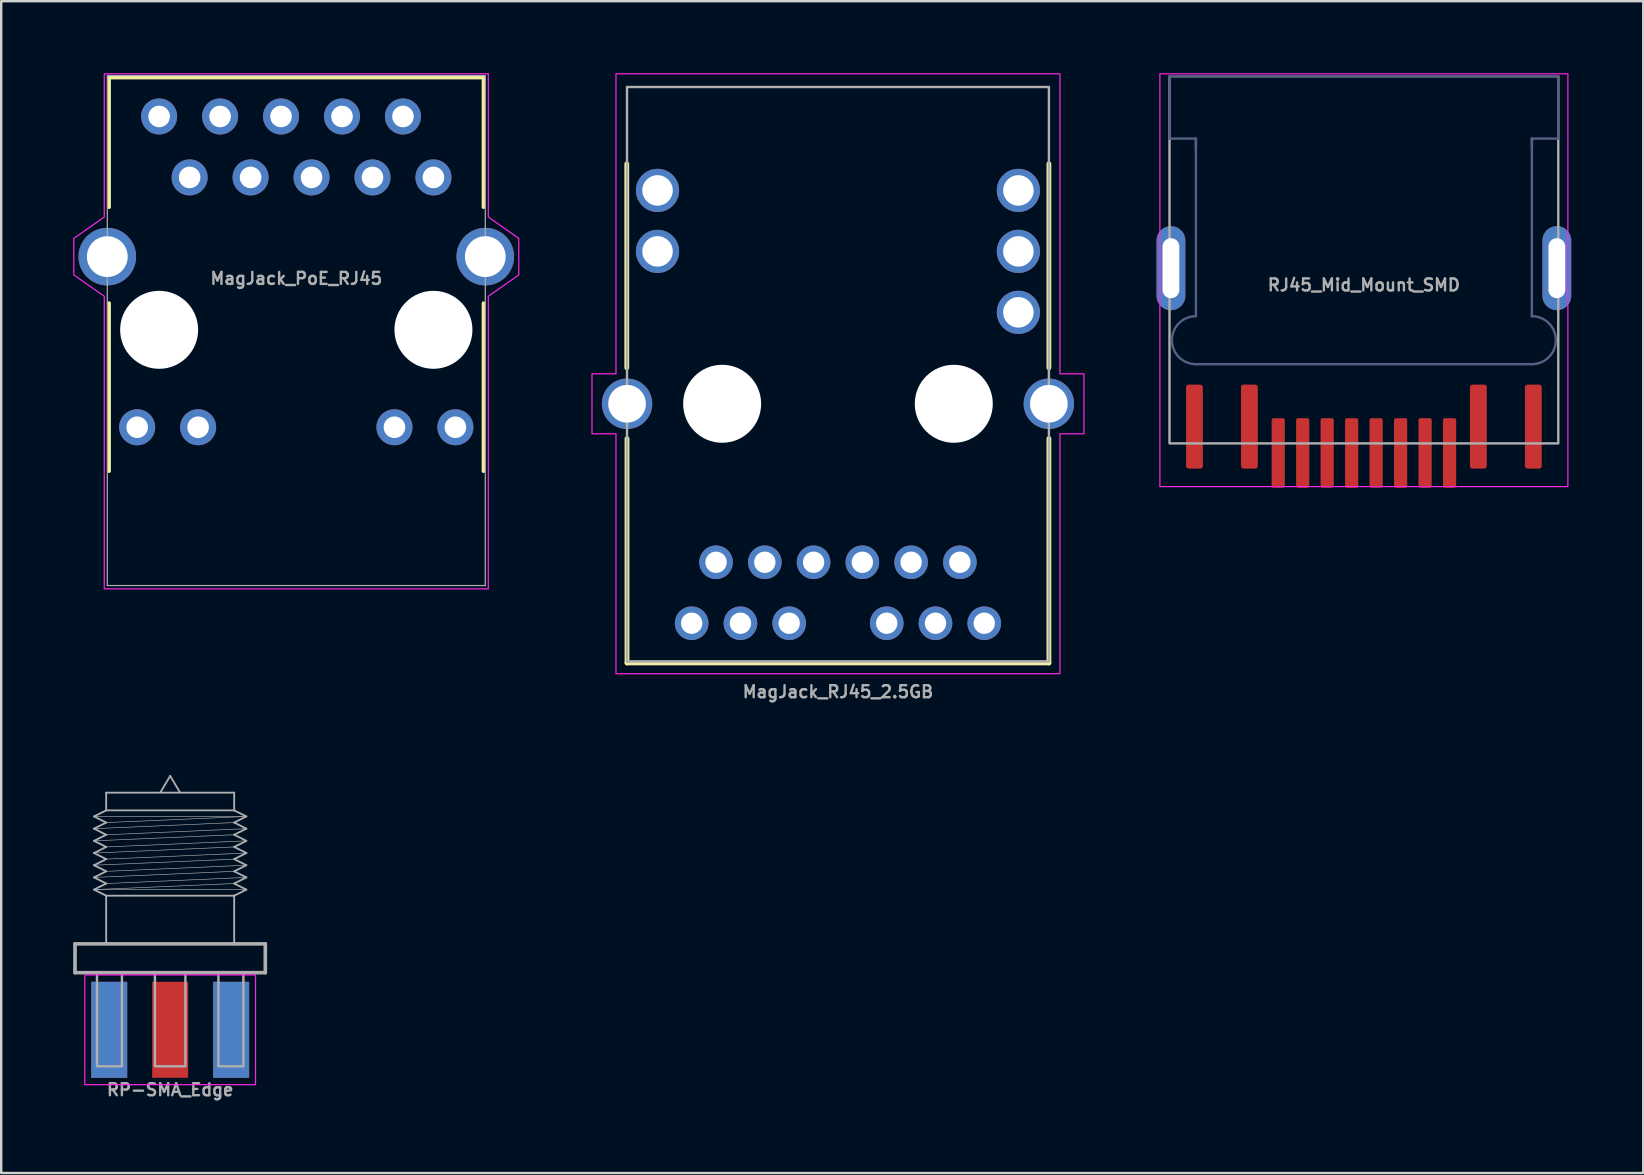
<source format=kicad_pcb>
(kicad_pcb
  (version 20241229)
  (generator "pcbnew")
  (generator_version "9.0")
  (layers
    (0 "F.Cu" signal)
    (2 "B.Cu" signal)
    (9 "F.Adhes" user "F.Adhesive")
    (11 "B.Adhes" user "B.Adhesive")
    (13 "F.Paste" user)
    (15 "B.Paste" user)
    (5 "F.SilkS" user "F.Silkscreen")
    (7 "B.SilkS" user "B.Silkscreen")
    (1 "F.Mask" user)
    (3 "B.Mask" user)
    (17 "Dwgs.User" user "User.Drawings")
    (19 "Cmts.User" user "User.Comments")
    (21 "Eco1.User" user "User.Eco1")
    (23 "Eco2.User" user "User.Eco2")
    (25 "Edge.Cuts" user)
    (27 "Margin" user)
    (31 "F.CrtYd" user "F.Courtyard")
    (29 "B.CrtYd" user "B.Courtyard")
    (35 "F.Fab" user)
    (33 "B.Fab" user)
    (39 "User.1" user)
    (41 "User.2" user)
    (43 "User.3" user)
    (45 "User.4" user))
  (footprint "MagJack_PoE_RJ45"
    (layer "F.Cu")
    (at 9.296 10.693)
    (property "Reference" "MagJack_PoE_RJ45" (at 0 -2.14 0) (layer "F.Fab") (effects (font (size 0.5 0.5) (thickness 0.1) (bold yes))))
    (attr through_hole)
    (fp_line (start -7.8 -10.51) (end 7.8 -10.51) (stroke (width 0.152) (type solid)) (layer "F.SilkS"))
    (fp_line (start -7.8 -5.11) (end -7.8 -10.51) (stroke (width 0.152) (type solid)) (layer "F.SilkS"))
    (fp_line (start -7.8 -1.11) (end -7.8 5.89) (stroke (width 0.152) (type solid)) (layer "F.SilkS"))
    (fp_line (start 7.8 -10.51) (end 7.8 -5.11) (stroke (width 0.152) (type solid)) (layer "F.SilkS"))
    (fp_line (start 7.8 -1.11) (end 7.8 5.89) (stroke (width 0.152) (type solid)) (layer "F.SilkS"))
    (fp_poly (pts (xy -8.001 -10.668) (xy 8.001 -10.668) (xy 8.001 -4.699) (xy 9.271 -3.81) (xy 9.271 -2.286) (xy 8.001 -1.397) (xy 8.001 10.795) (xy -8.001 10.795) (xy -8.001 -1.397) (xy -9.271 -2.286) (xy -9.271 -3.81) (xy -8.001 -4.699)) (stroke (width 0.05) (type solid)) (fill no) (layer "F.CrtYd"))
    (fp_line (start -7.875 -10.595) (end 7.875 -10.595) (stroke (width 0.05) (type solid)) (layer "F.Fab"))
    (fp_line (start -7.875 10.655) (end -7.875 -10.595) (stroke (width 0.05) (type solid)) (layer "F.Fab"))
    (fp_line (start 7.875 -10.595) (end 7.875 10.655) (stroke (width 0.05) (type solid)) (layer "F.Fab"))
    (fp_line (start 7.875 10.655) (end -7.875 10.655) (stroke (width 0.05) (type solid)) (layer "F.Fab"))
    (pad "" np_thru_hole circle (at -5.715 0) (size 3.25 3.25) (drill 3.25) (layers "*.Cu" "*.Mask"))
    (pad "" np_thru_hole circle (at 5.715 0) (size 3.25 3.25) (drill 3.25) (layers "*.Cu" "*.Mask"))
    (pad "1" thru_hole circle (at -5.715 -8.89) (size 1.5 1.5) (drill 0.9) (layers "*.Cu" "*.Mask"))
    (pad "2" thru_hole circle (at -4.445 -6.35) (size 1.5 1.5) (drill 0.9) (layers "*.Cu" "*.Mask"))
    (pad "3" thru_hole circle (at -3.175 -8.89) (size 1.5 1.5) (drill 0.9) (layers "*.Cu" "*.Mask"))
    (pad "4" thru_hole circle (at -1.905 -6.35) (size 1.5 1.5) (drill 0.9) (layers "*.Cu" "*.Mask"))
    (pad "5" thru_hole circle (at -0.635 -8.89) (size 1.5 1.5) (drill 0.9) (layers "*.Cu" "*.Mask"))
    (pad "6" thru_hole circle (at 0.635 -6.35) (size 1.5 1.5) (drill 0.9) (layers "*.Cu" "*.Mask"))
    (pad "7" thru_hole circle (at 1.905 -8.89) (size 1.5 1.5) (drill 0.9) (layers "*.Cu" "*.Mask"))
    (pad "8" thru_hole circle (at 3.175 -6.35) (size 1.5 1.5) (drill 0.9) (layers "*.Cu" "*.Mask"))
    (pad "9" thru_hole circle (at 4.445 -8.89) (size 1.5 1.5) (drill 0.9) (layers "*.Cu" "*.Mask"))
    (pad "10" thru_hole circle (at 5.715 -6.35) (size 1.5 1.5) (drill 0.9) (layers "*.Cu" "*.Mask"))
    (pad "11" thru_hole circle (at -6.63 4.06) (size 1.5 1.5) (drill 0.9) (layers "*.Cu" "*.Mask"))
    (pad "12" thru_hole circle (at -4.09 4.06) (size 1.5 1.5) (drill 0.9) (layers "*.Cu" "*.Mask"))
    (pad "13" thru_hole circle (at 4.09 4.06) (size 1.5 1.5) (drill 0.9) (layers "*.Cu" "*.Mask"))
    (pad "14" thru_hole circle (at 6.63 4.06) (size 1.5 1.5) (drill 0.9) (layers "*.Cu" "*.Mask"))
    (pad "S1" thru_hole circle (at -7.875 -3.05) (size 2.4 2.4) (drill 1.7) (layers "*.Cu" "*.Mask"))
    (pad "S2" thru_hole circle (at 7.875 -3.05) (size 2.4 2.4) (drill 1.7) (layers "*.Cu" "*.Mask")))
  (footprint "RP-SMA_Edge"
    (layer "F.Cu")
    (at 4.041 39.861)
    (property "Reference" "RP-SMA_Edge" (at 0 2.5 0) (layer "F.Fab") (effects (font (size 0.5 0.5) (thickness 0.1) (bold yes))))
    (attr through_hole)
    (fp_rect (start -3.556 -2.286) (end 3.556 2.286) (stroke (width 0.05) (type default)) (fill no) (layer "F.CrtYd"))
    (fp_line (start -3.965 -3.581) (end 3.965 -3.581) (stroke (width 0.152) (type solid)) (layer "F.Fab"))
    (fp_line (start -3.965 -2.381) (end -3.965 -3.581) (stroke (width 0.152) (type solid)) (layer "F.Fab"))
    (fp_line (start -3.175 -8.89) (end -2.667 -9.144) (stroke (width 0.076) (type solid)) (layer "F.Fab"))
    (fp_line (start -3.175 -8.382) (end -2.667 -8.636) (stroke (width 0.076) (type solid)) (layer "F.Fab"))
    (fp_line (start -3.175 -8.382) (end 2.667 -8.636) (stroke (width 0.025) (type solid)) (layer "F.Fab"))
    (fp_line (start -3.175 -7.874) (end -2.667 -8.128) (stroke (width 0.076) (type solid)) (layer "F.Fab"))
    (fp_line (start -3.175 -7.874) (end -2.667 -7.62) (stroke (width 0.076) (type solid)) (layer "F.Fab"))
    (fp_line (start -3.175 -7.874) (end 2.667 -8.128) (stroke (width 0.025) (type solid)) (layer "F.Fab"))
    (fp_line (start -3.175 -7.366) (end -2.667 -7.62) (stroke (width 0.076) (type solid)) (layer "F.Fab"))
    (fp_line (start -3.175 -7.366) (end 2.667 -7.62) (stroke (width 0.025) (type solid)) (layer "F.Fab"))
    (fp_line (start -3.175 -6.858) (end -2.667 -7.112) (stroke (width 0.076) (type solid)) (layer "F.Fab"))
    (fp_line (start -3.175 -6.858) (end 2.667 -7.112) (stroke (width 0.025) (type solid)) (layer "F.Fab"))
    (fp_line (start -3.175 -6.35) (end -2.667 -6.604) (stroke (width 0.076) (type solid)) (layer "F.Fab"))
    (fp_line (start -3.175 -6.35) (end 2.667 -6.604) (stroke (width 0.025) (type solid)) (layer "F.Fab"))
    (fp_line (start -3.175 -5.842) (end -2.667 -6.096) (stroke (width 0.076) (type solid)) (layer "F.Fab"))
    (fp_line (start -3.175 -5.842) (end 2.667 -6.096) (stroke (width 0.025) (type solid)) (layer "F.Fab"))
    (fp_line (start -3.175 -5.842) (end 3.175 -5.842) (stroke (width 0.025) (type solid)) (layer "F.Fab"))
    (fp_line (start -2.667 -9.881) (end 2.667 -9.881) (stroke (width 0.076) (type solid)) (layer "F.Fab"))
    (fp_line (start -2.667 -9.144) (end -2.667 -9.881) (stroke (width 0.076) (type solid)) (layer "F.Fab"))
    (fp_line (start -2.667 -9.144) (end 2.667 -9.144) (stroke (width 0.076) (type solid)) (layer "F.Fab"))
    (fp_line (start -2.667 -8.636) (end -3.175 -8.89) (stroke (width 0.076) (type solid)) (layer "F.Fab"))
    (fp_line (start -2.667 -8.636) (end 3.175 -8.89) (stroke (width 0.025) (type solid)) (layer "F.Fab"))
    (fp_line (start -2.667 -8.128) (end -3.175 -8.382) (stroke (width 0.076) (type solid)) (layer "F.Fab"))
    (fp_line (start -2.667 -8.128) (end 3.175 -8.382) (stroke (width 0.025) (type solid)) (layer "F.Fab"))
    (fp_line (start -2.667 -7.62) (end 3.175 -7.874) (stroke (width 0.025) (type solid)) (layer "F.Fab"))
    (fp_line (start -2.667 -7.112) (end -3.175 -7.366) (stroke (width 0.076) (type solid)) (layer "F.Fab"))
    (fp_line (start -2.667 -7.112) (end 3.175 -7.366) (stroke (width 0.025) (type solid)) (layer "F.Fab"))
    (fp_line (start -2.667 -6.604) (end -3.175 -6.858) (stroke (width 0.076) (type solid)) (layer "F.Fab"))
    (fp_line (start -2.667 -6.604) (end 3.175 -6.858) (stroke (width 0.025) (type solid)) (layer "F.Fab"))
    (fp_line (start -2.667 -6.096) (end -3.175 -6.35) (stroke (width 0.076) (type solid)) (layer "F.Fab"))
    (fp_line (start -2.667 -6.096) (end 3.175 -6.35) (stroke (width 0.025) (type solid)) (layer "F.Fab"))
    (fp_line (start -2.667 -5.588) (end -3.175 -5.842) (stroke (width 0.076) (type solid)) (layer "F.Fab"))
    (fp_line (start -2.667 -5.588) (end 2.667 -5.588) (stroke (width 0.076) (type solid)) (layer "F.Fab"))
    (fp_line (start -2.667 -3.581) (end -2.667 -5.588) (stroke (width 0.076) (type solid)) (layer "F.Fab"))
    (fp_line (start -0.4 -9.906) (end 0 -10.58) (stroke (width 0.076) (type solid)) (layer "F.Fab"))
    (fp_line (start 0 -10.58) (end 0.4 -9.906) (stroke (width 0.076) (type solid)) (layer "F.Fab"))
    (fp_line (start 2.667 -9.881) (end 2.667 -9.144) (stroke (width 0.076) (type solid)) (layer "F.Fab"))
    (fp_line (start 2.667 -9.144) (end 3.175 -8.89) (stroke (width 0.076) (type solid)) (layer "F.Fab"))
    (fp_line (start 2.667 -8.636) (end 3.175 -8.382) (stroke (width 0.076) (type solid)) (layer "F.Fab"))
    (fp_line (start 2.667 -8.128) (end 3.175 -7.874) (stroke (width 0.076) (type solid)) (layer "F.Fab"))
    (fp_line (start 2.667 -7.62) (end 3.175 -7.366) (stroke (width 0.076) (type solid)) (layer "F.Fab"))
    (fp_line (start 2.667 -7.112) (end 3.175 -6.858) (stroke (width 0.076) (type solid)) (layer "F.Fab"))
    (fp_line (start 2.667 -6.604) (end 3.175 -6.35) (stroke (width 0.076) (type solid)) (layer "F.Fab"))
    (fp_line (start 2.667 -6.096) (end 3.175 -5.842) (stroke (width 0.076) (type solid)) (layer "F.Fab"))
    (fp_line (start 2.667 -5.588) (end 2.667 -3.556) (stroke (width 0.076) (type solid)) (layer "F.Fab"))
    (fp_line (start 3.175 -8.89) (end -3.175 -8.89) (stroke (width 0.025) (type solid)) (layer "F.Fab"))
    (fp_line (start 3.175 -8.89) (end 2.667 -8.636) (stroke (width 0.076) (type solid)) (layer "F.Fab"))
    (fp_line (start 3.175 -8.382) (end 2.667 -8.128) (stroke (width 0.076) (type solid)) (layer "F.Fab"))
    (fp_line (start 3.175 -7.874) (end 2.667 -7.62) (stroke (width 0.076) (type solid)) (layer "F.Fab"))
    (fp_line (start 3.175 -7.366) (end 2.667 -7.112) (stroke (width 0.076) (type solid)) (layer "F.Fab"))
    (fp_line (start 3.175 -6.858) (end 2.667 -6.604) (stroke (width 0.076) (type solid)) (layer "F.Fab"))
    (fp_line (start 3.175 -6.35) (end 2.667 -6.096) (stroke (width 0.076) (type solid)) (layer "F.Fab"))
    (fp_line (start 3.175 -5.842) (end 2.667 -5.588) (stroke (width 0.076) (type solid)) (layer "F.Fab"))
    (fp_line (start 3.965 -3.581) (end 3.965 -2.381) (stroke (width 0.152) (type solid)) (layer "F.Fab"))
    (fp_line (start 3.965 -2.381) (end -3.965 -2.381) (stroke (width 0.152) (type solid)) (layer "F.Fab"))
    (fp_poly (pts (xy -3.05 1.519) (xy -2.01 1.519) (xy -2.01 -2.381) (xy -3.05 -2.381)) (stroke (width 0.1) (type default)) (fill no) (layer "F.Fab"))
    (fp_poly (pts (xy -0.635 1.519) (xy 0.635 1.519) (xy 0.635 -2.381) (xy -0.635 -2.381)) (stroke (width 0.1) (type default)) (fill no) (layer "F.Fab"))
    (fp_poly (pts (xy 2.01 1.519) (xy 3.05 1.519) (xy 3.05 -2.381) (xy 2.01 -2.381)) (stroke (width 0.1) (type default)) (fill no) (layer "F.Fab"))
    (pad "1" smd rect (at 0 0) (size 1.5 4) (layers "F.Cu" "F.Mask"))
    (pad "2" smd rect (at -2.54 0) (size 1.5 4) (layers "F.Cu" "F.Mask"))
    (pad "2" smd rect (at -2.54 0) (size 1.5 4) (layers "B.Cu" "B.Mask"))
    (pad "2" smd rect (at 2.54 0) (size 1.5 4) (layers "F.Cu" "F.Mask"))
    (pad "2" smd rect (at 2.54 0) (size 1.5 4) (layers "B.Cu" "B.Mask")))
  (footprint "MagJack_RJ45_2.5GB"
    (layer "F.Cu")
    (at 31.867 13.775)
    (property "Reference" "MagJack_RJ45_2.5GB" (at 0 12 0) (unlocked yes) (layer "F.Fab") (effects (font (size 0.5 0.5) (thickness 0.1) (bold yes))))
    (fp_line (start -8.8 -1.5) (end -8.8 -10) (stroke (width 0.2) (type solid)) (layer "F.SilkS"))
    (fp_line (start -8.79 10.8) (end -8.79 1.45) (stroke (width 0.2) (type solid)) (layer "F.SilkS"))
    (fp_line (start 8.79 -1.5) (end 8.79 -10) (stroke (width 0.2) (type solid)) (layer "F.SilkS"))
    (fp_line (start 8.79 10.8) (end -8.79 10.8) (stroke (width 0.2) (type solid)) (layer "F.SilkS"))
    (fp_line (start 8.79 10.8) (end 8.79 1.45) (stroke (width 0.2) (type solid)) (layer "F.SilkS"))
    (fp_poly (pts (xy 9.25 -13.75) (xy 9.25 -1.25) (xy 10.25 -1.25) (xy 10.25 1.25) (xy 9.25 1.25) (xy 9.25 11.25) (xy -9.25 11.25) (xy -9.25 1.25) (xy -10.25 1.25) (xy -10.25 -1.25) (xy -9.25 -1.25) (xy -9.25 -13.75)) (stroke (width 0.05) (type solid)) (fill no) (layer "F.CrtYd"))
    (fp_line (start -8.79 10.74) (end -8.79 -13.2) (stroke (width 0.1) (type solid)) (layer "F.Fab"))
    (fp_line (start 8.79 -13.2) (end -8.79 -13.2) (stroke (width 0.1) (type solid)) (layer "F.Fab"))
    (fp_line (start 8.79 10.74) (end -8.79 10.74) (stroke (width 0.1) (type solid)) (layer "F.Fab"))
    (fp_line (start 8.79 10.74) (end 8.79 -13.2) (stroke (width 0.1) (type solid)) (layer "F.Fab"))
    (pad "" np_thru_hole circle (at -4.826 0 90) (size 3.25 3.25) (drill 3.25) (layers "*.Cu" "*.Mask"))
    (pad "" np_thru_hole circle (at 4.826 0 90) (size 3.25 3.25) (drill 3.25) (layers "*.Cu" "*.Mask"))
    (pad "1" thru_hole circle (at -5.08 6.604 90) (size 1.4 1.4) (drill 0.89) (layers "*.Cu" "*.Mask"))
    (pad "2" thru_hole circle (at -3.048 6.604 90) (size 1.4 1.4) (drill 0.89) (layers "*.Cu" "*.Mask"))
    (pad "3" thru_hole circle (at -1.016 6.604 90) (size 1.4 1.4) (drill 0.89) (layers "*.Cu" "*.Mask"))
    (pad "4" thru_hole circle (at 1.016 6.604 90) (size 1.4 1.4) (drill 0.89) (layers "*.Cu" "*.Mask"))
    (pad "5" thru_hole circle (at 3.048 6.604 90) (size 1.4 1.4) (drill 0.89) (layers "*.Cu" "*.Mask"))
    (pad "6" thru_hole circle (at 5.08 6.604 90) (size 1.4 1.4) (drill 0.89) (layers "*.Cu" "*.Mask"))
    (pad "7" thru_hole circle (at -6.096 9.144 90) (size 1.4 1.4) (drill 0.89) (layers "*.Cu" "*.Mask"))
    (pad "8" thru_hole circle (at -4.064 9.144 90) (size 1.4 1.4) (drill 0.89) (layers "*.Cu" "*.Mask"))
    (pad "9" thru_hole circle (at -2.032 9.144 90) (size 1.4 1.4) (drill 0.89) (layers "*.Cu" "*.Mask"))
    (pad "10" thru_hole circle (at 2.032 9.144 90) (size 1.4 1.4) (drill 0.89) (layers "*.Cu" "*.Mask"))
    (pad "11" thru_hole circle (at 4.064 9.144 90) (size 1.4 1.4) (drill 0.89) (layers "*.Cu" "*.Mask"))
    (pad "12" thru_hole circle (at 6.096 9.144 90) (size 1.4 1.4) (drill 0.89) (layers "*.Cu" "*.Mask"))
    (pad "13" thru_hole circle (at -7.518 -6.35 90) (size 1.8 1.8) (drill 1.27) (layers "*.Cu" "*.Mask"))
    (pad "14" thru_hole circle (at -7.518 -8.89 90) (size 1.8 1.8) (drill 1.27) (layers "*.Cu" "*.Mask"))
    (pad "15" thru_hole circle (at 7.518 -3.81 90) (size 1.8 1.8) (drill 1.27) (layers "*.Cu" "*.Mask"))
    (pad "16" thru_hole circle (at 7.518 -6.35 90) (size 1.8 1.8) (drill 1.27) (layers "*.Cu" "*.Mask"))
    (pad "17" thru_hole circle (at 7.518 -8.89 90) (size 1.8 1.8) (drill 1.27) (layers "*.Cu" "*.Mask"))
    (pad "SHLD" thru_hole circle (at -8.788 0 90) (size 2.1 2.1) (drill 1.57) (layers "*.Cu" "*.Mask"))
    (pad "SHLD" thru_hole circle (at 8.788 0 90) (size 2.1 2.1) (drill 1.57) (layers "*.Cu" "*.Mask")))
  (footprint "RJ45_Mid_Mount_SMD"
    (layer "F.Cu")
    (at 53.782 15.825)
    (property "Reference" "RJ45_Mid_Mount_SMD" (at 0 -7 0) (unlocked yes) (layer "F.Fab") (effects (font (size 0.5 0.5) (thickness 0.1))))
    (attr smd)
    (fp_rect (start -8.5 -15.8) (end 8.5 1.4) (stroke (width 0.05) (type default)) (fill no) (layer "F.CrtYd"))
    (fp_line (start -8.1 -15.7) (end 8.1 -15.7) (stroke (width 0.1) (type default)) (layer "B.Fab"))
    (fp_line (start -8.1 -13.1) (end -8.1 -15.7) (stroke (width 0.1) (type default)) (layer "B.Fab"))
    (fp_line (start -7 -13.1) (end -8.1 -13.1) (stroke (width 0.1) (type default)) (layer "B.Fab"))
    (fp_line (start -7 -12.7) (end -7 -13.1) (stroke (width 0.1) (type default)) (layer "B.Fab"))
    (fp_line (start -7 -5.7) (end -7 -13.1) (stroke (width 0.1) (type default)) (layer "B.Fab"))
    (fp_line (start 7 -13.1) (end 7 -5.7) (stroke (width 0.1) (type default)) (layer "B.Fab"))
    (fp_line (start 7 -13.1) (end 8.1 -13.1) (stroke (width 0.1) (type default)) (layer "B.Fab"))
    (fp_line (start 7 -12.7) (end 7 -13.1) (stroke (width 0.1) (type default)) (layer "B.Fab"))
    (fp_line (start 7 -5.7) (end 7 -5.7) (stroke (width 0.1) (type default)) (layer "B.Fab"))
    (fp_line (start 7 -3.7) (end -7 -3.7) (stroke (width 0.1) (type default)) (layer "B.Fab"))
    (fp_line (start 8.1 -15.7) (end 8.1 -13.1) (stroke (width 0.1) (type default)) (layer "B.Fab"))
    (fp_arc (start -7 -3.7) (mid -8 -4.7) (end -7 -5.7) (stroke (width 0.1) (type solid)) (layer "B.Fab"))
    (fp_arc (start 7 -5.7) (mid 8 -4.7) (end 7 -3.7) (stroke (width 0.1) (type solid)) (layer "B.Fab"))
    (fp_rect (start -8.1 -15.7) (end 8.1 -0.4) (stroke (width 0.1) (type solid)) (fill no) (layer "F.Fab"))
    (pad "1" smd roundrect (at -3.57 0) (size 0.55 2.9) (layers "F.Cu" "F.Mask" "F.Paste") (roundrect_rratio 0.15))
    (pad "2" smd roundrect (at -2.55 0) (size 0.55 2.9) (layers "F.Cu" "F.Mask" "F.Paste") (roundrect_rratio 0.15))
    (pad "3" smd roundrect (at -1.53 0) (size 0.55 2.9) (layers "F.Cu" "F.Mask" "F.Paste") (roundrect_rratio 0.15))
    (pad "4" smd roundrect (at -0.51 0) (size 0.55 2.9) (layers "F.Cu" "F.Mask" "F.Paste") (roundrect_rratio 0.15))
    (pad "5" smd roundrect (at 0.51 0) (size 0.55 2.9) (layers "F.Cu" "F.Mask" "F.Paste") (roundrect_rratio 0.15))
    (pad "6" smd roundrect (at 1.53 0) (size 0.55 2.9) (layers "F.Cu" "F.Mask" "F.Paste") (roundrect_rratio 0.15))
    (pad "7" smd roundrect (at 2.55 0) (size 0.55 2.9) (layers "F.Cu" "F.Mask" "F.Paste") (roundrect_rratio 0.15))
    (pad "8" smd roundrect (at 3.57 0) (size 0.55 2.9) (layers "F.Cu" "F.Mask" "F.Paste") (roundrect_rratio 0.15))
    (pad "9" smd roundrect (at -7.06 -1.1) (size 0.7 3.5) (layers "F.Cu" "F.Mask" "F.Paste") (roundrect_rratio 0.15))
    (pad "10" smd roundrect (at -4.77 -1.1) (size 0.7 3.5) (layers "F.Cu" "F.Mask" "F.Paste") (roundrect_rratio 0.15))
    (pad "11" smd roundrect (at 4.77 -1.1) (size 0.7 3.5) (layers "F.Cu" "F.Mask" "F.Paste") (roundrect_rratio 0.15))
    (pad "12" smd roundrect (at 7.06 -1.1) (size 0.7 3.5) (layers "F.Cu" "F.Mask" "F.Paste") (roundrect_rratio 0.15))
    (pad "SH" thru_hole oval (at -8.04 -7.7) (size 1.2 3.5) (drill oval 0.7 2.5) (layers "*.Cu" "*.Mask" "F.Paste"))
    (pad "SH" thru_hole oval (at 8.04 -7.7) (size 1.2 3.5) (drill oval 0.7 2.5) (layers "*.Cu" "*.Mask" "F.Paste")))
  (gr_rect
    (start -3 -3)
    (end 65.422 45.829)
    (stroke (width 0.1) (type default))
    (fill no)
    (layer "Edge.Cuts")))
</source>
